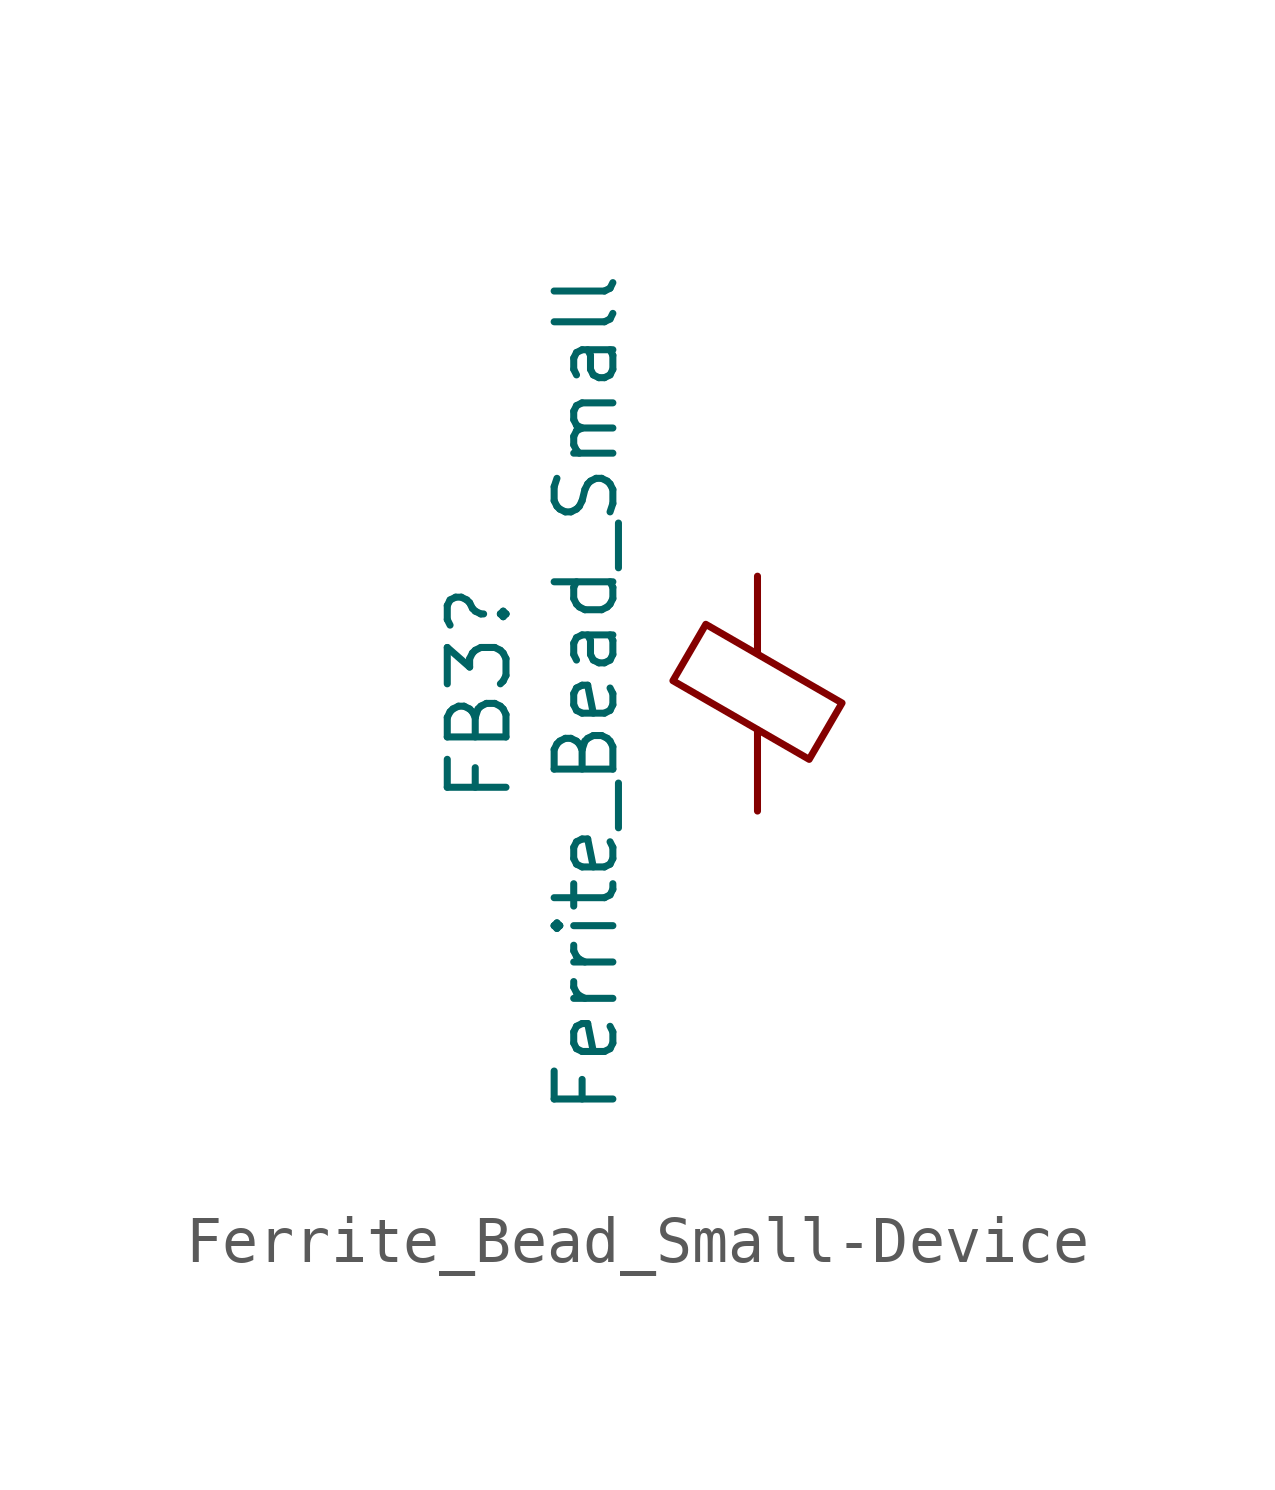
<source format=kicad_sym>
(kicad_symbol_lib
  (version 20231120)
  (generator "kicad_symbol_editor")
  (generator_version "8.0")
  (symbol "Ferrite_Bead_Small-Device"
    (pin_numbers hide)
    (pin_names
      (offset 0))
    (property "Reference" "FB3"
      (at -6.02 0 90)
      (effects (font (size 1.27 1.27))))
    (property "Value" "Ferrite_Bead_Small"
      (at -3.708 0 90)
      (effects (font (size 1.27 1.27))))
    (symbol "Ferrite_Bead_Small-Device_0_1"
      (polyline (pts (xy 0 -1.27) (xy 0 -0.787)) (stroke (width 0) (type solid)) (fill (type none)))
      (polyline (pts (xy 0 0.889) (xy 0 1.295)) (stroke (width 0) (type solid)) (fill (type none)))
      (polyline (pts (xy -1.829 0.279) (xy -1.118 1.499) (xy 1.829 -0.203) (xy 1.118 -1.422) (xy -1.829 0.279)) (stroke (width 0) (type solid)) (fill (type none))))
    (symbol "Ferrite_Bead_Small-Device_1_1"
      (pin passive line (at 0 2.54 270) (length 1.27) (name "~" (effects (font (size 1.27 1.27)))) (number "1" (effects (font (size 1.27 1.27)))))
      (pin passive line (at 0 -2.54 90) (length 1.27) (name "~" (effects (font (size 1.27 1.27)))) (number "2" (effects (font (size 1.27 1.27))))))))
</source>
